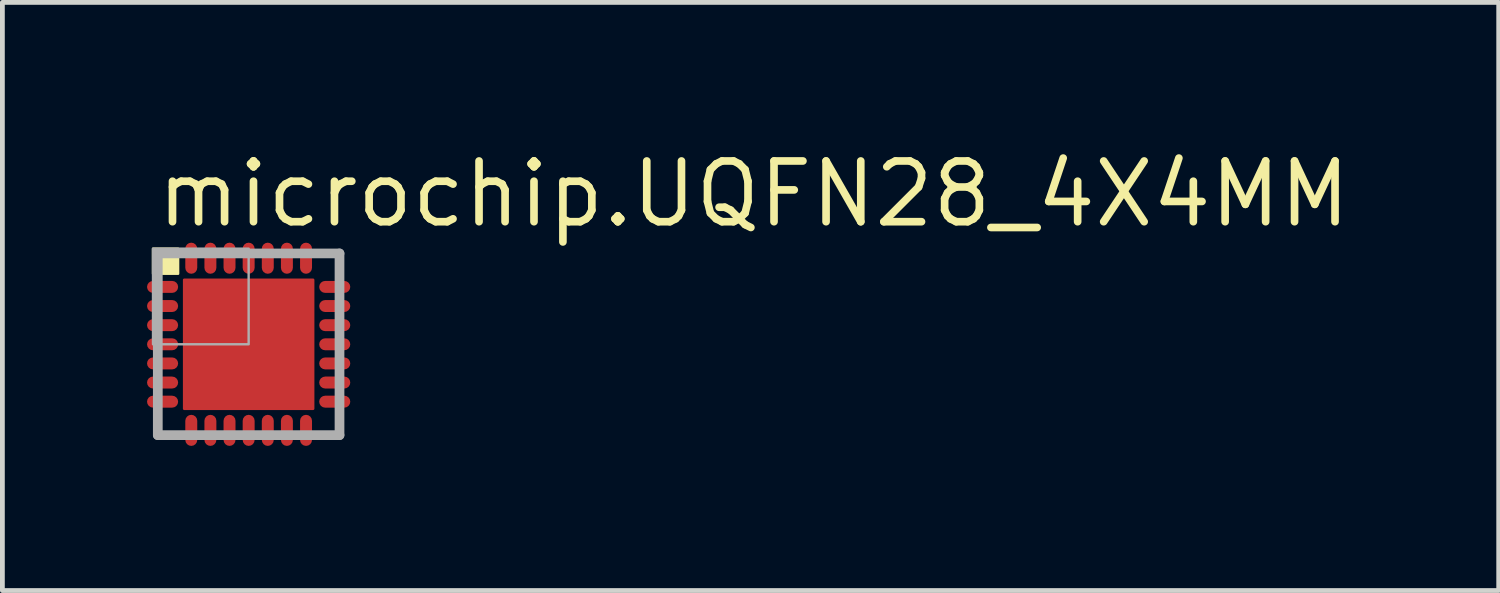
<source format=kicad_pcb>
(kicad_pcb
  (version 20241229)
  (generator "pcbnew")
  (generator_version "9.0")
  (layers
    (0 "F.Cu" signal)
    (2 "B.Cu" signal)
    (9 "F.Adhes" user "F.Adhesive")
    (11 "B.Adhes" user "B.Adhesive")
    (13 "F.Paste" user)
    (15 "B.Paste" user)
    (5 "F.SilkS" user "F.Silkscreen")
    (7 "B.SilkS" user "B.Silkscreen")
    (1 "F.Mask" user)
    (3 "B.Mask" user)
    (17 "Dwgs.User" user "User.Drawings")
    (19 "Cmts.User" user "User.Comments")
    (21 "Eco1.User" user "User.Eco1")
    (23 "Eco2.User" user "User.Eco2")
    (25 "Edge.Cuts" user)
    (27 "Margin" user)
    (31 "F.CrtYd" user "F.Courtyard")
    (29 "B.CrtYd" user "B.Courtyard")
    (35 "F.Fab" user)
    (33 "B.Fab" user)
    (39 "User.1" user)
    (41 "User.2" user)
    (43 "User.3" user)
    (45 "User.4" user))
  (footprint "microchip.UQFN28_4X4MM"
    (layer "F.Cu")
    (at 2.15 4.15)
    (property "Reference" "microchip.UQFN28_4X4MM" (at -2 -2.4 0) (layer "F.SilkS") (effects (font (size 1.27 1.27) (thickness 0.16)) (justify left bottom)))
    (attr smd)
    (fp_line (start -2 -1.2) (end -1.6 -1.2) (stroke (width 0.3) (type default)) (layer "F.Mask"))
    (fp_line (start -2 -0.8) (end -1.6 -0.8) (stroke (width 0.3) (type default)) (layer "F.Mask"))
    (fp_line (start -2 -0.4) (end -1.6 -0.4) (stroke (width 0.3) (type default)) (layer "F.Mask"))
    (fp_line (start -2 0) (end -1.6 0) (stroke (width 0.3) (type default)) (layer "F.Mask"))
    (fp_line (start -2 0.4) (end -1.6 0.4) (stroke (width 0.3) (type default)) (layer "F.Mask"))
    (fp_line (start -2 0.8) (end -1.6 0.8) (stroke (width 0.3) (type default)) (layer "F.Mask"))
    (fp_line (start -2 1.2) (end -1.6 1.2) (stroke (width 0.3) (type default)) (layer "F.Mask"))
    (fp_line (start -1.2 -2) (end -1.2 -1.6) (stroke (width 0.3) (type default)) (layer "F.Mask"))
    (fp_line (start -1.2 2) (end -1.2 1.6) (stroke (width 0.3) (type default)) (layer "F.Mask"))
    (fp_line (start -0.8 -2) (end -0.8 -1.6) (stroke (width 0.3) (type default)) (layer "F.Mask"))
    (fp_line (start -0.8 2) (end -0.8 1.6) (stroke (width 0.3) (type default)) (layer "F.Mask"))
    (fp_line (start -0.4 -2) (end -0.4 -1.6) (stroke (width 0.3) (type default)) (layer "F.Mask"))
    (fp_line (start -0.4 2) (end -0.4 1.6) (stroke (width 0.3) (type default)) (layer "F.Mask"))
    (fp_line (start 0 -2) (end 0 -1.6) (stroke (width 0.3) (type default)) (layer "F.Mask"))
    (fp_line (start 0 2) (end 0 1.6) (stroke (width 0.3) (type default)) (layer "F.Mask"))
    (fp_line (start 0.4 -2) (end 0.4 -1.6) (stroke (width 0.3) (type default)) (layer "F.Mask"))
    (fp_line (start 0.4 2) (end 0.4 1.6) (stroke (width 0.3) (type default)) (layer "F.Mask"))
    (fp_line (start 0.8 -2) (end 0.8 -1.6) (stroke (width 0.3) (type default)) (layer "F.Mask"))
    (fp_line (start 0.8 2) (end 0.8 1.6) (stroke (width 0.3) (type default)) (layer "F.Mask"))
    (fp_line (start 1.2 -2) (end 1.2 -1.6) (stroke (width 0.3) (type default)) (layer "F.Mask"))
    (fp_line (start 1.2 2) (end 1.2 1.6) (stroke (width 0.3) (type default)) (layer "F.Mask"))
    (fp_line (start 2 -1.2) (end 1.6 -1.2) (stroke (width 0.3) (type default)) (layer "F.Mask"))
    (fp_line (start 2 -0.8) (end 1.6 -0.8) (stroke (width 0.3) (type default)) (layer "F.Mask"))
    (fp_line (start 2 -0.4) (end 1.6 -0.4) (stroke (width 0.3) (type default)) (layer "F.Mask"))
    (fp_line (start 2 0) (end 1.6 0) (stroke (width 0.3) (type default)) (layer "F.Mask"))
    (fp_line (start 2 0.4) (end 1.6 0.4) (stroke (width 0.3) (type default)) (layer "F.Mask"))
    (fp_line (start 2 0.8) (end 1.6 0.8) (stroke (width 0.3) (type default)) (layer "F.Mask"))
    (fp_line (start 2 1.2) (end 1.6 1.2) (stroke (width 0.3) (type default)) (layer "F.Mask"))
    (fp_rect (start -1.4 1.4) (end 1.4 -1.4) (stroke (width 0.05) (type default)) (fill yes) (layer "F.Mask"))
    (fp_rect (start -2 -1.475) (end -1.475 -2) (stroke (width 0.05) (type default)) (fill yes) (layer "F.SilkS"))
    (fp_line (start -2 -1.2) (end -1.6 -1.2) (stroke (width 0.2) (type default)) (layer "F.Paste"))
    (fp_line (start -2 -0.8) (end -1.6 -0.8) (stroke (width 0.2) (type default)) (layer "F.Paste"))
    (fp_line (start -2 -0.4) (end -1.6 -0.4) (stroke (width 0.2) (type default)) (layer "F.Paste"))
    (fp_line (start -2 0) (end -1.6 0) (stroke (width 0.2) (type default)) (layer "F.Paste"))
    (fp_line (start -2 0.4) (end -1.6 0.4) (stroke (width 0.2) (type default)) (layer "F.Paste"))
    (fp_line (start -2 0.8) (end -1.6 0.8) (stroke (width 0.2) (type default)) (layer "F.Paste"))
    (fp_line (start -2 1.2) (end -1.6 1.2) (stroke (width 0.2) (type default)) (layer "F.Paste"))
    (fp_line (start -1.2 -2) (end -1.2 -1.6) (stroke (width 0.2) (type default)) (layer "F.Paste"))
    (fp_line (start -1.2 2) (end -1.2 1.6) (stroke (width 0.2) (type default)) (layer "F.Paste"))
    (fp_line (start -0.8 -2) (end -0.8 -1.6) (stroke (width 0.2) (type default)) (layer "F.Paste"))
    (fp_line (start -0.8 2) (end -0.8 1.6) (stroke (width 0.2) (type default)) (layer "F.Paste"))
    (fp_line (start -0.4 -2) (end -0.4 -1.6) (stroke (width 0.2) (type default)) (layer "F.Paste"))
    (fp_line (start -0.4 2) (end -0.4 1.6) (stroke (width 0.2) (type default)) (layer "F.Paste"))
    (fp_line (start 0 -2) (end 0 -1.6) (stroke (width 0.2) (type default)) (layer "F.Paste"))
    (fp_line (start 0 2) (end 0 1.6) (stroke (width 0.2) (type default)) (layer "F.Paste"))
    (fp_line (start 0.4 -2) (end 0.4 -1.6) (stroke (width 0.2) (type default)) (layer "F.Paste"))
    (fp_line (start 0.4 2) (end 0.4 1.6) (stroke (width 0.2) (type default)) (layer "F.Paste"))
    (fp_line (start 0.8 -2) (end 0.8 -1.6) (stroke (width 0.2) (type default)) (layer "F.Paste"))
    (fp_line (start 0.8 2) (end 0.8 1.6) (stroke (width 0.2) (type default)) (layer "F.Paste"))
    (fp_line (start 1.2 -2) (end 1.2 -1.6) (stroke (width 0.2) (type default)) (layer "F.Paste"))
    (fp_line (start 1.2 2) (end 1.2 1.6) (stroke (width 0.2) (type default)) (layer "F.Paste"))
    (fp_line (start 2 -1.2) (end 1.6 -1.2) (stroke (width 0.2) (type default)) (layer "F.Paste"))
    (fp_line (start 2 -0.8) (end 1.6 -0.8) (stroke (width 0.2) (type default)) (layer "F.Paste"))
    (fp_line (start 2 -0.4) (end 1.6 -0.4) (stroke (width 0.2) (type default)) (layer "F.Paste"))
    (fp_line (start 2 0) (end 1.6 0) (stroke (width 0.2) (type default)) (layer "F.Paste"))
    (fp_line (start 2 0.4) (end 1.6 0.4) (stroke (width 0.2) (type default)) (layer "F.Paste"))
    (fp_line (start 2 0.8) (end 1.6 0.8) (stroke (width 0.2) (type default)) (layer "F.Paste"))
    (fp_line (start 2 1.2) (end 1.6 1.2) (stroke (width 0.2) (type default)) (layer "F.Paste"))
    (fp_rect (start -1.2 1.2) (end 1.2 -1.2) (stroke (width 0.05) (type default)) (fill yes) (layer "F.Paste"))
    (fp_line (start -1.9 -1.9) (end 1.9 -1.9) (stroke (width 0.203) (type default)) (layer "F.Fab"))
    (fp_line (start -1.9 1.9) (end -1.9 -1.9) (stroke (width 0.203) (type default)) (layer "F.Fab"))
    (fp_line (start 1.9 -1.9) (end 1.9 1.9) (stroke (width 0.203) (type default)) (layer "F.Fab"))
    (fp_line (start 1.9 1.9) (end -1.9 1.9) (stroke (width 0.203) (type default)) (layer "F.Fab"))
    (fp_rect (start -2 0) (end 0 -2) (stroke (width 0.05) (type default)) (fill no) (layer "F.Fab"))
    (pad "1" smd roundrect (at -1.8 -1.2) (size 0.65 0.25) (layers "F.Cu" "F.Mask" "F.Paste") (roundrect_rratio 0.5))
    (pad "2" smd roundrect (at -1.8 -0.8) (size 0.65 0.25) (layers "F.Cu" "F.Mask" "F.Paste") (roundrect_rratio 0.5))
    (pad "3" smd roundrect (at -1.8 -0.4) (size 0.65 0.25) (layers "F.Cu" "F.Mask" "F.Paste") (roundrect_rratio 0.5))
    (pad "4" smd roundrect (at -1.8 0) (size 0.65 0.25) (layers "F.Cu" "F.Mask" "F.Paste") (roundrect_rratio 0.5))
    (pad "5" smd roundrect (at -1.8 0.4) (size 0.65 0.25) (layers "F.Cu" "F.Mask" "F.Paste") (roundrect_rratio 0.5))
    (pad "6" smd roundrect (at -1.8 0.8) (size 0.65 0.25) (layers "F.Cu" "F.Mask" "F.Paste") (roundrect_rratio 0.5))
    (pad "7" smd roundrect (at -1.8 1.2) (size 0.65 0.25) (layers "F.Cu" "F.Mask" "F.Paste") (roundrect_rratio 0.5))
    (pad "8" smd roundrect (at -1.2 1.8 90) (size 0.65 0.25) (layers "F.Cu" "F.Mask" "F.Paste") (roundrect_rratio 0.5))
    (pad "9" smd roundrect (at -0.8 1.8 90) (size 0.65 0.25) (layers "F.Cu" "F.Mask" "F.Paste") (roundrect_rratio 0.5))
    (pad "10" smd roundrect (at -0.4 1.8 90) (size 0.65 0.25) (layers "F.Cu" "F.Mask" "F.Paste") (roundrect_rratio 0.5))
    (pad "11" smd roundrect (at 0 1.8 90) (size 0.65 0.25) (layers "F.Cu" "F.Mask" "F.Paste") (roundrect_rratio 0.5))
    (pad "12" smd roundrect (at 0.4 1.8 90) (size 0.65 0.25) (layers "F.Cu" "F.Mask" "F.Paste") (roundrect_rratio 0.5))
    (pad "13" smd roundrect (at 0.8 1.8 90) (size 0.65 0.25) (layers "F.Cu" "F.Mask" "F.Paste") (roundrect_rratio 0.5))
    (pad "14" smd roundrect (at 1.2 1.8 90) (size 0.65 0.25) (layers "F.Cu" "F.Mask" "F.Paste") (roundrect_rratio 0.5))
    (pad "15" smd roundrect (at 1.8 1.2 180) (size 0.65 0.25) (layers "F.Cu" "F.Mask" "F.Paste") (roundrect_rratio 0.5))
    (pad "16" smd roundrect (at 1.8 0.8 180) (size 0.65 0.25) (layers "F.Cu" "F.Mask" "F.Paste") (roundrect_rratio 0.5))
    (pad "17" smd roundrect (at 1.8 0.4 180) (size 0.65 0.25) (layers "F.Cu" "F.Mask" "F.Paste") (roundrect_rratio 0.5))
    (pad "18" smd roundrect (at 1.8 0 180) (size 0.65 0.25) (layers "F.Cu" "F.Mask" "F.Paste") (roundrect_rratio 0.5))
    (pad "19" smd roundrect (at 1.8 -0.4 180) (size 0.65 0.25) (layers "F.Cu" "F.Mask" "F.Paste") (roundrect_rratio 0.5))
    (pad "20" smd roundrect (at 1.8 -0.8 180) (size 0.65 0.25) (layers "F.Cu" "F.Mask" "F.Paste") (roundrect_rratio 0.5))
    (pad "21" smd roundrect (at 1.8 -1.2 180) (size 0.65 0.25) (layers "F.Cu" "F.Mask" "F.Paste") (roundrect_rratio 0.5))
    (pad "22" smd roundrect (at 1.2 -1.8 270) (size 0.65 0.25) (layers "F.Cu" "F.Mask" "F.Paste") (roundrect_rratio 0.5))
    (pad "23" smd roundrect (at 0.8 -1.8 270) (size 0.65 0.25) (layers "F.Cu" "F.Mask" "F.Paste") (roundrect_rratio 0.5))
    (pad "24" smd roundrect (at 0.4 -1.8 270) (size 0.65 0.25) (layers "F.Cu" "F.Mask" "F.Paste") (roundrect_rratio 0.5))
    (pad "25" smd roundrect (at 0 -1.8 270) (size 0.65 0.25) (layers "F.Cu" "F.Mask" "F.Paste") (roundrect_rratio 0.5))
    (pad "26" smd roundrect (at -0.4 -1.8 270) (size 0.65 0.25) (layers "F.Cu" "F.Mask" "F.Paste") (roundrect_rratio 0.5))
    (pad "27" smd roundrect (at -0.8 -1.8 270) (size 0.65 0.25) (layers "F.Cu" "F.Mask" "F.Paste") (roundrect_rratio 0.5))
    (pad "28" smd roundrect (at -1.2 -1.8 270) (size 0.65 0.25) (layers "F.Cu" "F.Mask" "F.Paste") (roundrect_rratio 0.5))
    (pad "TH" smd roundrect (at 0 0) (size 2.75 2.75) (layers "F.Cu" "F.Mask" "F.Paste") (roundrect_rratio 0.01)))
  (gr_rect
    (start -3 -3)
    (end 28.292 9.3)
    (stroke (width 0.1) (type default))
    (fill no)
    (layer "Edge.Cuts")))
</source>
